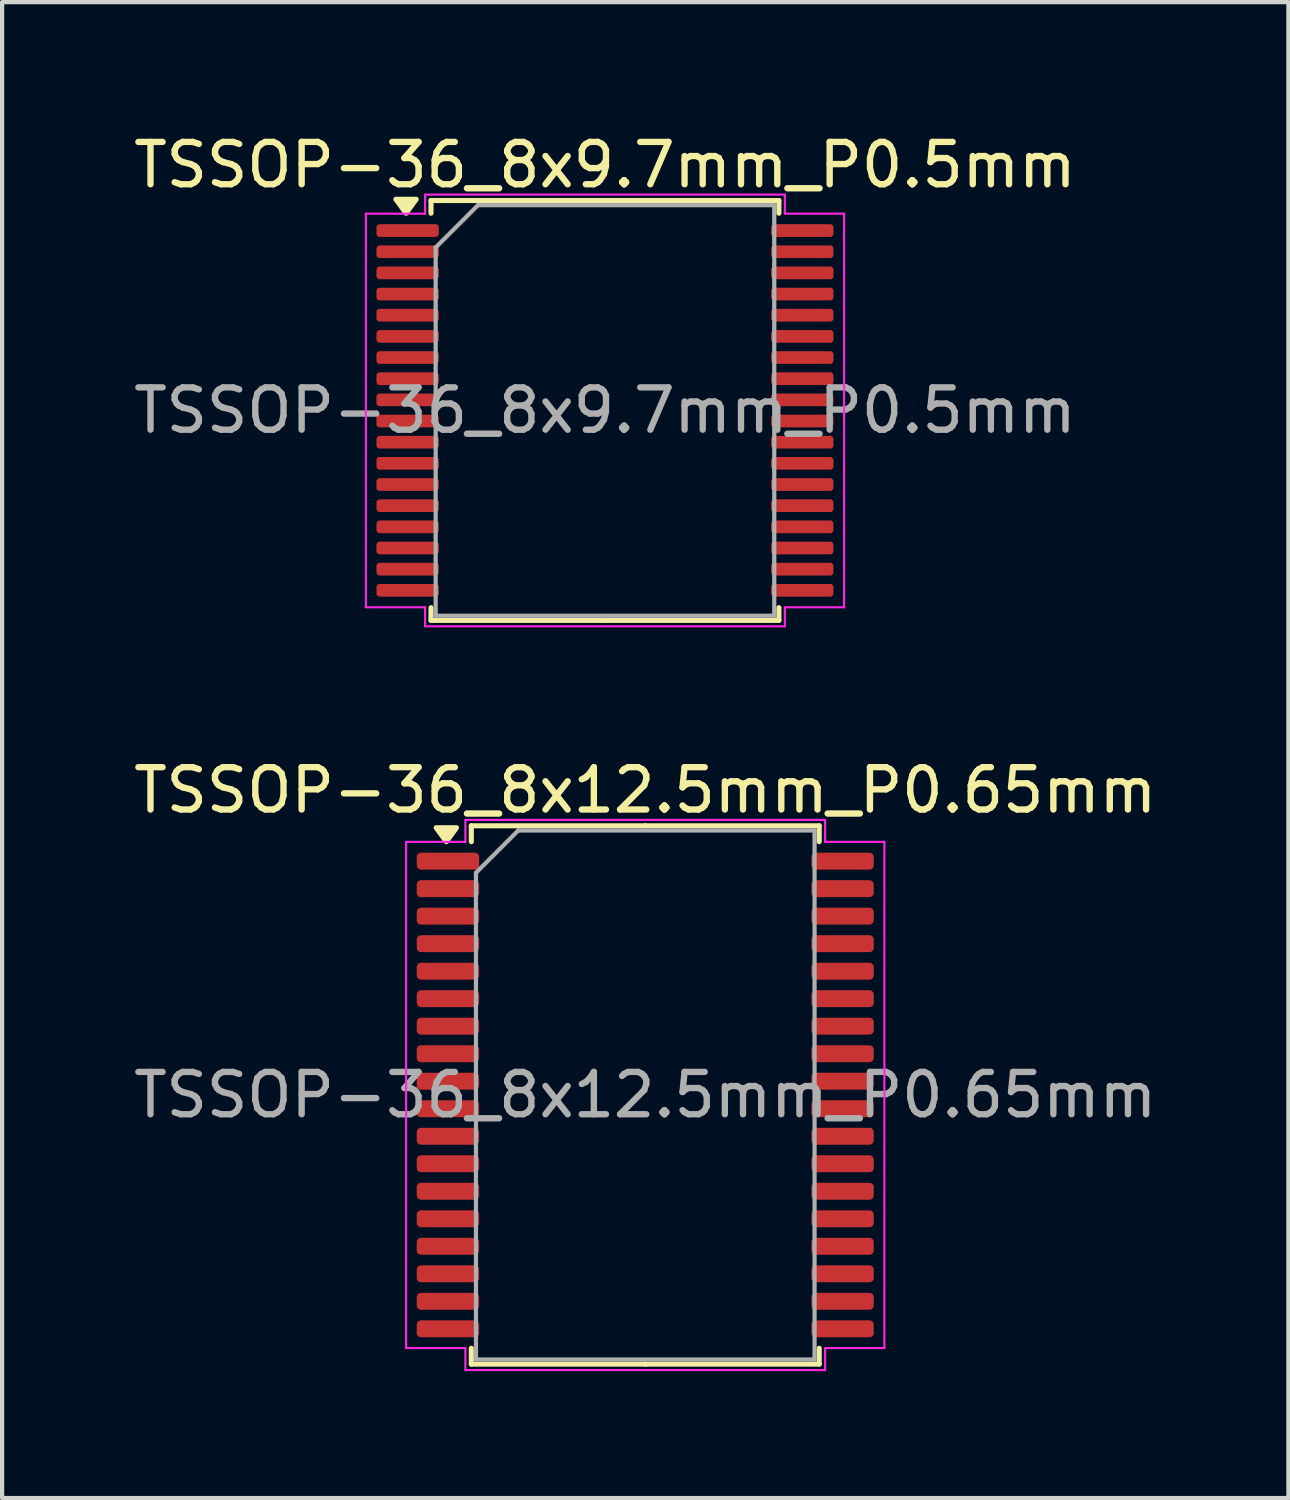
<source format=kicad_pcb>
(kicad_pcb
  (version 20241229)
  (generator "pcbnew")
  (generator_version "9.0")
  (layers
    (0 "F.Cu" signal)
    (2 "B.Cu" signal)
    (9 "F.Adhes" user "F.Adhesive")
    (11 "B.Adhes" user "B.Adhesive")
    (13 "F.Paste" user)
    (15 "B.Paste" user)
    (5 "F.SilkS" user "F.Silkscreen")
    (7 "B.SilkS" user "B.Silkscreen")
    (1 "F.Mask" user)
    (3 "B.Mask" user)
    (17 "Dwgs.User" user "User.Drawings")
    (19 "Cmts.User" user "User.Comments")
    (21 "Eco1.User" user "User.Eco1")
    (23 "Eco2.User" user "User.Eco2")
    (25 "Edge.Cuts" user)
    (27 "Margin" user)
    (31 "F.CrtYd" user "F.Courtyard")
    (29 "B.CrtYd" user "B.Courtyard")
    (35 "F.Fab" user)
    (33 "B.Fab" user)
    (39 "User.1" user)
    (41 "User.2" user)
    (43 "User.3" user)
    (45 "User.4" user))
  (footprint "TSSOP-36_8x12.5mm_P0.65mm"
    (layer "F.Cu")
    (at 12.196 22.822)
    (property "Reference" "TSSOP-36_8x12.5mm_P0.65mm" (at 0 -7.2 0) (layer "F.SilkS") (effects (font (size 1 1) (thickness 0.15))))
    (attr smd)
    (fp_line (start -4.11 -6.36) (end -4.11 -5.985) (stroke (width 0.12) (type solid)) (layer "F.SilkS"))
    (fp_line (start -4.11 6.36) (end -4.11 5.985) (stroke (width 0.12) (type solid)) (layer "F.SilkS"))
    (fp_line (start 0 -6.36) (end -4.11 -6.36) (stroke (width 0.12) (type solid)) (layer "F.SilkS"))
    (fp_line (start 0 -6.36) (end 4.11 -6.36) (stroke (width 0.12) (type solid)) (layer "F.SilkS"))
    (fp_line (start 0 6.36) (end -4.11 6.36) (stroke (width 0.12) (type solid)) (layer "F.SilkS"))
    (fp_line (start 0 6.36) (end 4.11 6.36) (stroke (width 0.12) (type solid)) (layer "F.SilkS"))
    (fp_line (start 4.11 -6.36) (end 4.11 -5.985) (stroke (width 0.12) (type solid)) (layer "F.SilkS"))
    (fp_line (start 4.11 6.36) (end 4.11 5.985) (stroke (width 0.12) (type solid)) (layer "F.SilkS"))
    (fp_poly (pts (xy -4.7 -5.985) (xy -4.94 -6.315) (xy -4.46 -6.315)) (stroke (width 0.12) (type solid)) (fill yes) (layer "F.SilkS"))
    (fp_line (start -5.65 -5.98) (end -4.25 -5.98) (stroke (width 0.05) (type solid)) (layer "F.CrtYd"))
    (fp_line (start -5.65 5.98) (end -5.65 -5.98) (stroke (width 0.05) (type solid)) (layer "F.CrtYd"))
    (fp_line (start -4.25 -6.5) (end 4.25 -6.5) (stroke (width 0.05) (type solid)) (layer "F.CrtYd"))
    (fp_line (start -4.25 -5.98) (end -4.25 -6.5) (stroke (width 0.05) (type solid)) (layer "F.CrtYd"))
    (fp_line (start -4.25 5.98) (end -5.65 5.98) (stroke (width 0.05) (type solid)) (layer "F.CrtYd"))
    (fp_line (start -4.25 6.5) (end -4.25 5.98) (stroke (width 0.05) (type solid)) (layer "F.CrtYd"))
    (fp_line (start 4.25 -6.5) (end 4.25 -5.98) (stroke (width 0.05) (type solid)) (layer "F.CrtYd"))
    (fp_line (start 4.25 -5.98) (end 5.65 -5.98) (stroke (width 0.05) (type solid)) (layer "F.CrtYd"))
    (fp_line (start 4.25 5.98) (end 4.25 6.5) (stroke (width 0.05) (type solid)) (layer "F.CrtYd"))
    (fp_line (start 4.25 6.5) (end -4.25 6.5) (stroke (width 0.05) (type solid)) (layer "F.CrtYd"))
    (fp_line (start 5.65 -5.98) (end 5.65 5.98) (stroke (width 0.05) (type solid)) (layer "F.CrtYd"))
    (fp_line (start 5.65 5.98) (end 4.25 5.98) (stroke (width 0.05) (type solid)) (layer "F.CrtYd"))
    (fp_line (start -4 -5.25) (end -3 -6.25) (stroke (width 0.1) (type solid)) (layer "F.Fab"))
    (fp_line (start -4 6.25) (end -4 -5.25) (stroke (width 0.1) (type solid)) (layer "F.Fab"))
    (fp_line (start -3 -6.25) (end 4 -6.25) (stroke (width 0.1) (type solid)) (layer "F.Fab"))
    (fp_line (start 4 -6.25) (end 4 6.25) (stroke (width 0.1) (type solid)) (layer "F.Fab"))
    (fp_line (start 4 6.25) (end -4 6.25) (stroke (width 0.1) (type solid)) (layer "F.Fab"))
    (fp_text user "${REFERENCE}" (at 0 0 0) (layer "F.Fab") (effects (font (size 1 1) (thickness 0.15))))
    (pad "1" smd roundrect (at -4.662 -5.525) (size 1.475 0.4) (layers "F.Cu" "F.Mask" "F.Paste") (roundrect_rratio 0.25))
    (pad "2" smd roundrect (at -4.662 -4.875) (size 1.475 0.4) (layers "F.Cu" "F.Mask" "F.Paste") (roundrect_rratio 0.25))
    (pad "3" smd roundrect (at -4.662 -4.225) (size 1.475 0.4) (layers "F.Cu" "F.Mask" "F.Paste") (roundrect_rratio 0.25))
    (pad "4" smd roundrect (at -4.662 -3.575) (size 1.475 0.4) (layers "F.Cu" "F.Mask" "F.Paste") (roundrect_rratio 0.25))
    (pad "5" smd roundrect (at -4.662 -2.925) (size 1.475 0.4) (layers "F.Cu" "F.Mask" "F.Paste") (roundrect_rratio 0.25))
    (pad "6" smd roundrect (at -4.662 -2.275) (size 1.475 0.4) (layers "F.Cu" "F.Mask" "F.Paste") (roundrect_rratio 0.25))
    (pad "7" smd roundrect (at -4.662 -1.625) (size 1.475 0.4) (layers "F.Cu" "F.Mask" "F.Paste") (roundrect_rratio 0.25))
    (pad "8" smd roundrect (at -4.662 -0.975) (size 1.475 0.4) (layers "F.Cu" "F.Mask" "F.Paste") (roundrect_rratio 0.25))
    (pad "9" smd roundrect (at -4.662 -0.325) (size 1.475 0.4) (layers "F.Cu" "F.Mask" "F.Paste") (roundrect_rratio 0.25))
    (pad "10" smd roundrect (at -4.662 0.325) (size 1.475 0.4) (layers "F.Cu" "F.Mask" "F.Paste") (roundrect_rratio 0.25))
    (pad "11" smd roundrect (at -4.662 0.975) (size 1.475 0.4) (layers "F.Cu" "F.Mask" "F.Paste") (roundrect_rratio 0.25))
    (pad "12" smd roundrect (at -4.662 1.625) (size 1.475 0.4) (layers "F.Cu" "F.Mask" "F.Paste") (roundrect_rratio 0.25))
    (pad "13" smd roundrect (at -4.662 2.275) (size 1.475 0.4) (layers "F.Cu" "F.Mask" "F.Paste") (roundrect_rratio 0.25))
    (pad "14" smd roundrect (at -4.662 2.925) (size 1.475 0.4) (layers "F.Cu" "F.Mask" "F.Paste") (roundrect_rratio 0.25))
    (pad "15" smd roundrect (at -4.662 3.575) (size 1.475 0.4) (layers "F.Cu" "F.Mask" "F.Paste") (roundrect_rratio 0.25))
    (pad "16" smd roundrect (at -4.662 4.225) (size 1.475 0.4) (layers "F.Cu" "F.Mask" "F.Paste") (roundrect_rratio 0.25))
    (pad "17" smd roundrect (at -4.662 4.875) (size 1.475 0.4) (layers "F.Cu" "F.Mask" "F.Paste") (roundrect_rratio 0.25))
    (pad "18" smd roundrect (at -4.662 5.525) (size 1.475 0.4) (layers "F.Cu" "F.Mask" "F.Paste") (roundrect_rratio 0.25))
    (pad "19" smd roundrect (at 4.662 5.525) (size 1.475 0.4) (layers "F.Cu" "F.Mask" "F.Paste") (roundrect_rratio 0.25))
    (pad "20" smd roundrect (at 4.662 4.875) (size 1.475 0.4) (layers "F.Cu" "F.Mask" "F.Paste") (roundrect_rratio 0.25))
    (pad "21" smd roundrect (at 4.662 4.225) (size 1.475 0.4) (layers "F.Cu" "F.Mask" "F.Paste") (roundrect_rratio 0.25))
    (pad "22" smd roundrect (at 4.662 3.575) (size 1.475 0.4) (layers "F.Cu" "F.Mask" "F.Paste") (roundrect_rratio 0.25))
    (pad "23" smd roundrect (at 4.662 2.925) (size 1.475 0.4) (layers "F.Cu" "F.Mask" "F.Paste") (roundrect_rratio 0.25))
    (pad "24" smd roundrect (at 4.662 2.275) (size 1.475 0.4) (layers "F.Cu" "F.Mask" "F.Paste") (roundrect_rratio 0.25))
    (pad "25" smd roundrect (at 4.662 1.625) (size 1.475 0.4) (layers "F.Cu" "F.Mask" "F.Paste") (roundrect_rratio 0.25))
    (pad "26" smd roundrect (at 4.662 0.975) (size 1.475 0.4) (layers "F.Cu" "F.Mask" "F.Paste") (roundrect_rratio 0.25))
    (pad "27" smd roundrect (at 4.662 0.325) (size 1.475 0.4) (layers "F.Cu" "F.Mask" "F.Paste") (roundrect_rratio 0.25))
    (pad "28" smd roundrect (at 4.662 -0.325) (size 1.475 0.4) (layers "F.Cu" "F.Mask" "F.Paste") (roundrect_rratio 0.25))
    (pad "29" smd roundrect (at 4.662 -0.975) (size 1.475 0.4) (layers "F.Cu" "F.Mask" "F.Paste") (roundrect_rratio 0.25))
    (pad "30" smd roundrect (at 4.662 -1.625) (size 1.475 0.4) (layers "F.Cu" "F.Mask" "F.Paste") (roundrect_rratio 0.25))
    (pad "31" smd roundrect (at 4.662 -2.275) (size 1.475 0.4) (layers "F.Cu" "F.Mask" "F.Paste") (roundrect_rratio 0.25))
    (pad "32" smd roundrect (at 4.662 -2.925) (size 1.475 0.4) (layers "F.Cu" "F.Mask" "F.Paste") (roundrect_rratio 0.25))
    (pad "33" smd roundrect (at 4.662 -3.575) (size 1.475 0.4) (layers "F.Cu" "F.Mask" "F.Paste") (roundrect_rratio 0.25))
    (pad "34" smd roundrect (at 4.662 -4.225) (size 1.475 0.4) (layers "F.Cu" "F.Mask" "F.Paste") (roundrect_rratio 0.25))
    (pad "35" smd roundrect (at 4.662 -4.875) (size 1.475 0.4) (layers "F.Cu" "F.Mask" "F.Paste") (roundrect_rratio 0.25))
    (pad "36" smd roundrect (at 4.662 -5.525) (size 1.475 0.4) (layers "F.Cu" "F.Mask" "F.Paste") (roundrect_rratio 0.25)))
  (footprint "TSSOP-36_8x9.7mm_P0.5mm"
    (layer "F.Cu")
    (at 11.244 6.648)
    (property "Reference" "TSSOP-36_8x9.7mm_P0.5mm" (at 0 -5.8 0) (layer "F.SilkS") (effects (font (size 1 1) (thickness 0.15))))
    (attr smd)
    (fp_line (start -4.11 -4.96) (end -4.11 -4.66) (stroke (width 0.12) (type solid)) (layer "F.SilkS"))
    (fp_line (start -4.11 4.96) (end -4.11 4.66) (stroke (width 0.12) (type solid)) (layer "F.SilkS"))
    (fp_line (start 0 -4.96) (end -4.11 -4.96) (stroke (width 0.12) (type solid)) (layer "F.SilkS"))
    (fp_line (start 0 -4.96) (end 4.11 -4.96) (stroke (width 0.12) (type solid)) (layer "F.SilkS"))
    (fp_line (start 0 4.96) (end -4.11 4.96) (stroke (width 0.12) (type solid)) (layer "F.SilkS"))
    (fp_line (start 0 4.96) (end 4.11 4.96) (stroke (width 0.12) (type solid)) (layer "F.SilkS"))
    (fp_line (start 4.11 -4.96) (end 4.11 -4.66) (stroke (width 0.12) (type solid)) (layer "F.SilkS"))
    (fp_line (start 4.11 4.96) (end 4.11 4.66) (stroke (width 0.12) (type solid)) (layer "F.SilkS"))
    (fp_poly (pts (xy -4.7 -4.66) (xy -4.94 -4.99) (xy -4.46 -4.99)) (stroke (width 0.12) (type solid)) (fill yes) (layer "F.SilkS"))
    (fp_line (start -5.65 -4.65) (end -4.25 -4.65) (stroke (width 0.05) (type solid)) (layer "F.CrtYd"))
    (fp_line (start -5.65 4.65) (end -5.65 -4.65) (stroke (width 0.05) (type solid)) (layer "F.CrtYd"))
    (fp_line (start -4.25 -5.1) (end 4.25 -5.1) (stroke (width 0.05) (type solid)) (layer "F.CrtYd"))
    (fp_line (start -4.25 -4.65) (end -4.25 -5.1) (stroke (width 0.05) (type solid)) (layer "F.CrtYd"))
    (fp_line (start -4.25 4.65) (end -5.65 4.65) (stroke (width 0.05) (type solid)) (layer "F.CrtYd"))
    (fp_line (start -4.25 5.1) (end -4.25 4.65) (stroke (width 0.05) (type solid)) (layer "F.CrtYd"))
    (fp_line (start 4.25 -5.1) (end 4.25 -4.65) (stroke (width 0.05) (type solid)) (layer "F.CrtYd"))
    (fp_line (start 4.25 -4.65) (end 5.65 -4.65) (stroke (width 0.05) (type solid)) (layer "F.CrtYd"))
    (fp_line (start 4.25 4.65) (end 4.25 5.1) (stroke (width 0.05) (type solid)) (layer "F.CrtYd"))
    (fp_line (start 4.25 5.1) (end -4.25 5.1) (stroke (width 0.05) (type solid)) (layer "F.CrtYd"))
    (fp_line (start 5.65 -4.65) (end 5.65 4.65) (stroke (width 0.05) (type solid)) (layer "F.CrtYd"))
    (fp_line (start 5.65 4.65) (end 4.25 4.65) (stroke (width 0.05) (type solid)) (layer "F.CrtYd"))
    (fp_line (start -4 -3.85) (end -3 -4.85) (stroke (width 0.1) (type solid)) (layer "F.Fab"))
    (fp_line (start -4 4.85) (end -4 -3.85) (stroke (width 0.1) (type solid)) (layer "F.Fab"))
    (fp_line (start -3 -4.85) (end 4 -4.85) (stroke (width 0.1) (type solid)) (layer "F.Fab"))
    (fp_line (start 4 -4.85) (end 4 4.85) (stroke (width 0.1) (type solid)) (layer "F.Fab"))
    (fp_line (start 4 4.85) (end -4 4.85) (stroke (width 0.1) (type solid)) (layer "F.Fab"))
    (fp_text user "${REFERENCE}" (at 0 0 0) (layer "F.Fab") (effects (font (size 1 1) (thickness 0.15))))
    (pad "1" smd roundrect (at -4.662 -4.25) (size 1.475 0.3) (layers "F.Cu" "F.Mask" "F.Paste") (roundrect_rratio 0.25))
    (pad "2" smd roundrect (at -4.662 -3.75) (size 1.475 0.3) (layers "F.Cu" "F.Mask" "F.Paste") (roundrect_rratio 0.25))
    (pad "3" smd roundrect (at -4.662 -3.25) (size 1.475 0.3) (layers "F.Cu" "F.Mask" "F.Paste") (roundrect_rratio 0.25))
    (pad "4" smd roundrect (at -4.662 -2.75) (size 1.475 0.3) (layers "F.Cu" "F.Mask" "F.Paste") (roundrect_rratio 0.25))
    (pad "5" smd roundrect (at -4.662 -2.25) (size 1.475 0.3) (layers "F.Cu" "F.Mask" "F.Paste") (roundrect_rratio 0.25))
    (pad "6" smd roundrect (at -4.662 -1.75) (size 1.475 0.3) (layers "F.Cu" "F.Mask" "F.Paste") (roundrect_rratio 0.25))
    (pad "7" smd roundrect (at -4.662 -1.25) (size 1.475 0.3) (layers "F.Cu" "F.Mask" "F.Paste") (roundrect_rratio 0.25))
    (pad "8" smd roundrect (at -4.662 -0.75) (size 1.475 0.3) (layers "F.Cu" "F.Mask" "F.Paste") (roundrect_rratio 0.25))
    (pad "9" smd roundrect (at -4.662 -0.25) (size 1.475 0.3) (layers "F.Cu" "F.Mask" "F.Paste") (roundrect_rratio 0.25))
    (pad "10" smd roundrect (at -4.662 0.25) (size 1.475 0.3) (layers "F.Cu" "F.Mask" "F.Paste") (roundrect_rratio 0.25))
    (pad "11" smd roundrect (at -4.662 0.75) (size 1.475 0.3) (layers "F.Cu" "F.Mask" "F.Paste") (roundrect_rratio 0.25))
    (pad "12" smd roundrect (at -4.662 1.25) (size 1.475 0.3) (layers "F.Cu" "F.Mask" "F.Paste") (roundrect_rratio 0.25))
    (pad "13" smd roundrect (at -4.662 1.75) (size 1.475 0.3) (layers "F.Cu" "F.Mask" "F.Paste") (roundrect_rratio 0.25))
    (pad "14" smd roundrect (at -4.662 2.25) (size 1.475 0.3) (layers "F.Cu" "F.Mask" "F.Paste") (roundrect_rratio 0.25))
    (pad "15" smd roundrect (at -4.662 2.75) (size 1.475 0.3) (layers "F.Cu" "F.Mask" "F.Paste") (roundrect_rratio 0.25))
    (pad "16" smd roundrect (at -4.662 3.25) (size 1.475 0.3) (layers "F.Cu" "F.Mask" "F.Paste") (roundrect_rratio 0.25))
    (pad "17" smd roundrect (at -4.662 3.75) (size 1.475 0.3) (layers "F.Cu" "F.Mask" "F.Paste") (roundrect_rratio 0.25))
    (pad "18" smd roundrect (at -4.662 4.25) (size 1.475 0.3) (layers "F.Cu" "F.Mask" "F.Paste") (roundrect_rratio 0.25))
    (pad "19" smd roundrect (at 4.662 4.25) (size 1.475 0.3) (layers "F.Cu" "F.Mask" "F.Paste") (roundrect_rratio 0.25))
    (pad "20" smd roundrect (at 4.662 3.75) (size 1.475 0.3) (layers "F.Cu" "F.Mask" "F.Paste") (roundrect_rratio 0.25))
    (pad "21" smd roundrect (at 4.662 3.25) (size 1.475 0.3) (layers "F.Cu" "F.Mask" "F.Paste") (roundrect_rratio 0.25))
    (pad "22" smd roundrect (at 4.662 2.75) (size 1.475 0.3) (layers "F.Cu" "F.Mask" "F.Paste") (roundrect_rratio 0.25))
    (pad "23" smd roundrect (at 4.662 2.25) (size 1.475 0.3) (layers "F.Cu" "F.Mask" "F.Paste") (roundrect_rratio 0.25))
    (pad "24" smd roundrect (at 4.662 1.75) (size 1.475 0.3) (layers "F.Cu" "F.Mask" "F.Paste") (roundrect_rratio 0.25))
    (pad "25" smd roundrect (at 4.662 1.25) (size 1.475 0.3) (layers "F.Cu" "F.Mask" "F.Paste") (roundrect_rratio 0.25))
    (pad "26" smd roundrect (at 4.662 0.75) (size 1.475 0.3) (layers "F.Cu" "F.Mask" "F.Paste") (roundrect_rratio 0.25))
    (pad "27" smd roundrect (at 4.662 0.25) (size 1.475 0.3) (layers "F.Cu" "F.Mask" "F.Paste") (roundrect_rratio 0.25))
    (pad "28" smd roundrect (at 4.662 -0.25) (size 1.475 0.3) (layers "F.Cu" "F.Mask" "F.Paste") (roundrect_rratio 0.25))
    (pad "29" smd roundrect (at 4.662 -0.75) (size 1.475 0.3) (layers "F.Cu" "F.Mask" "F.Paste") (roundrect_rratio 0.25))
    (pad "30" smd roundrect (at 4.662 -1.25) (size 1.475 0.3) (layers "F.Cu" "F.Mask" "F.Paste") (roundrect_rratio 0.25))
    (pad "31" smd roundrect (at 4.662 -1.75) (size 1.475 0.3) (layers "F.Cu" "F.Mask" "F.Paste") (roundrect_rratio 0.25))
    (pad "32" smd roundrect (at 4.662 -2.25) (size 1.475 0.3) (layers "F.Cu" "F.Mask" "F.Paste") (roundrect_rratio 0.25))
    (pad "33" smd roundrect (at 4.662 -2.75) (size 1.475 0.3) (layers "F.Cu" "F.Mask" "F.Paste") (roundrect_rratio 0.25))
    (pad "34" smd roundrect (at 4.662 -3.25) (size 1.475 0.3) (layers "F.Cu" "F.Mask" "F.Paste") (roundrect_rratio 0.25))
    (pad "35" smd roundrect (at 4.662 -3.75) (size 1.475 0.3) (layers "F.Cu" "F.Mask" "F.Paste") (roundrect_rratio 0.25))
    (pad "36" smd roundrect (at 4.662 -4.25) (size 1.475 0.3) (layers "F.Cu" "F.Mask" "F.Paste") (roundrect_rratio 0.25)))
  (gr_rect
    (start -3 -3)
    (end 27.393 32.346)
    (stroke (width 0.1) (type default))
    (fill no)
    (layer "Edge.Cuts")))
</source>
